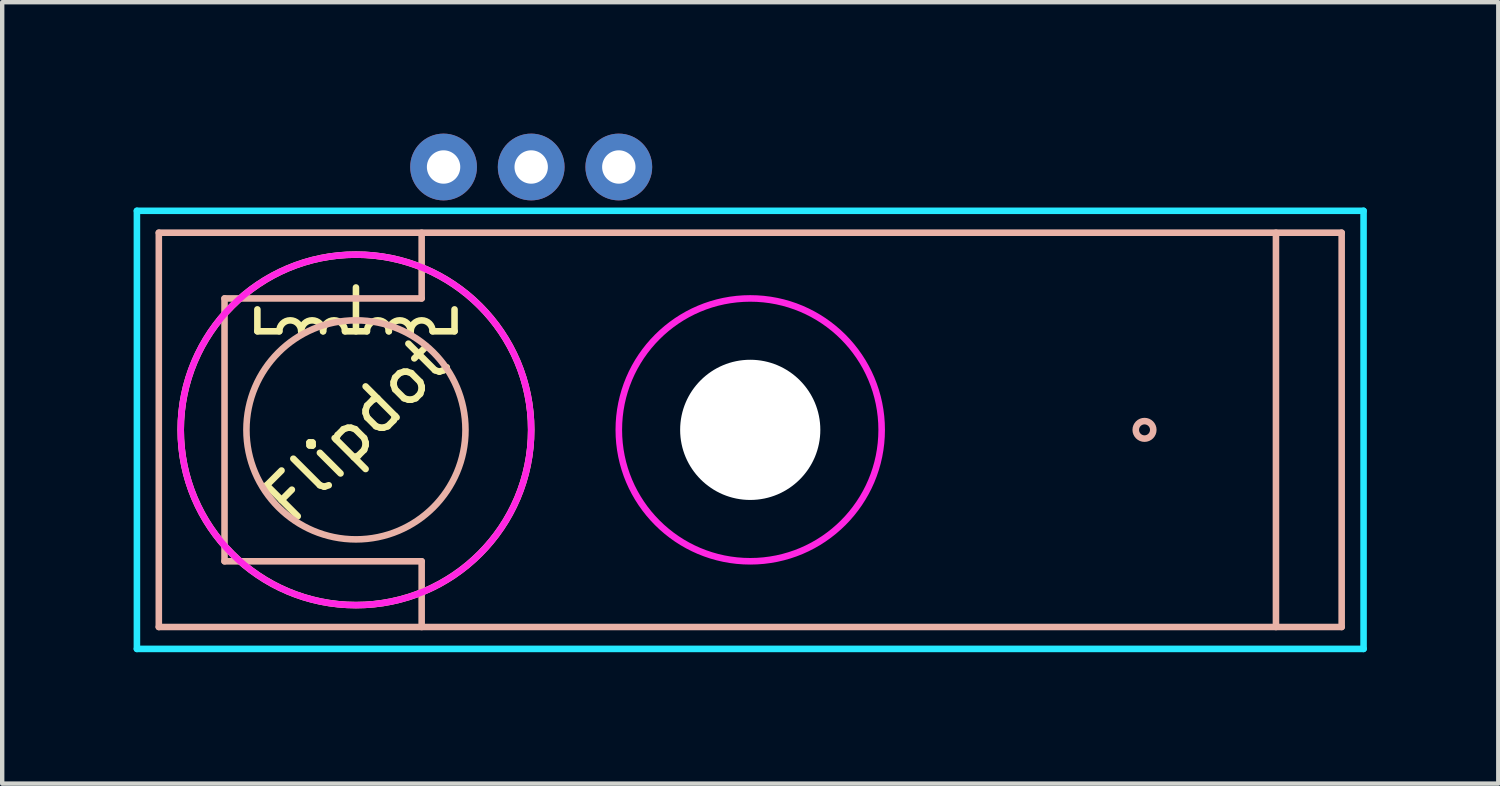
<source format=kicad_pcb>
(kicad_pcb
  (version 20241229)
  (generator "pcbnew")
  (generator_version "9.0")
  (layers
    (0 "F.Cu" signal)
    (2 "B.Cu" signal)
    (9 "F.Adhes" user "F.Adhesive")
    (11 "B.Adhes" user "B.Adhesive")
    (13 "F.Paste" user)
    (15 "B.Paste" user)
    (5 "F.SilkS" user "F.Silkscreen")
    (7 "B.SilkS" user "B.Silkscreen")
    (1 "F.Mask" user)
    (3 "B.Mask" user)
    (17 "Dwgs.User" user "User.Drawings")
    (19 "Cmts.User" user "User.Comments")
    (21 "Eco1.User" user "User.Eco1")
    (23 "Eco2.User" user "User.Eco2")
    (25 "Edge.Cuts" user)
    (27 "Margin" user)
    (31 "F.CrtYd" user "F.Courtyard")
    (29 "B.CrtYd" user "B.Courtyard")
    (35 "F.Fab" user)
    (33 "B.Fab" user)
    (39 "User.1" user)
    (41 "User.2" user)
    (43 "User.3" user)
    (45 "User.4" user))
  (footprint "Flipdot"
    (layer "F.Cu")
    (at 14.075 6.762)
    (property "Reference" "Flipdot" (at -9 0 45) (layer "F.SilkS") (effects (font (size 1 1) (thickness 0.15))))
    (attr through_hole)
    (fp_line (start -11.25 -2.25) (end -11.25 -2.75) (stroke (width 0.15) (type solid)) (layer "F.SilkS"))
    (fp_line (start -10.75 -2.25) (end -11.25 -2.25) (stroke (width 0.15) (type solid)) (layer "F.SilkS"))
    (fp_line (start -9.25 -2.25) (end -8.75 -2.25) (stroke (width 0.15) (type solid)) (layer "F.SilkS"))
    (fp_line (start -9 -2.25) (end -9 -3.25) (stroke (width 0.15) (type solid)) (layer "F.SilkS"))
    (fp_line (start -7.25 -2.25) (end -6.75 -2.25) (stroke (width 0.15) (type solid)) (layer "F.SilkS"))
    (fp_line (start -6.75 -2.25) (end -6.75 -2.75) (stroke (width 0.15) (type solid)) (layer "F.SilkS"))
    (fp_arc (start -10.75 -2.25) (mid -10.5 -2.5) (end -10.25 -2.25) (stroke (width 0.15) (type solid)) (layer "F.SilkS"))
    (fp_arc (start -10.25 -2.25) (mid -10 -2.5) (end -9.75 -2.25) (stroke (width 0.15) (type solid)) (layer "F.SilkS"))
    (fp_arc (start -9.75 -2.25) (mid -9.5 -2.5) (end -9.25 -2.25) (stroke (width 0.15) (type solid)) (layer "F.SilkS"))
    (fp_arc (start -8.75 -2.25) (mid -8.5 -2.5) (end -8.25 -2.25) (stroke (width 0.15) (type solid)) (layer "F.SilkS"))
    (fp_arc (start -8.25 -2.25) (mid -8 -2.5) (end -7.75 -2.25) (stroke (width 0.15) (type solid)) (layer "F.SilkS"))
    (fp_arc (start -7.75 -2.25) (mid -7.5 -2.5) (end -7.25 -2.25) (stroke (width 0.15) (type solid)) (layer "F.SilkS"))
    (fp_circle (center -9 0) (end -5 0) (stroke (width 0.15) (type solid)) (fill no) (layer "F.SilkS"))
    (fp_line (start -13.5 -4.5) (end -13.5 4.5) (stroke (width 0.15) (type solid)) (layer "B.SilkS"))
    (fp_line (start -13.5 4.5) (end 13.5 4.5) (stroke (width 0.15) (type solid)) (layer "B.SilkS"))
    (fp_line (start -12 -3) (end -7.5 -3) (stroke (width 0.15) (type solid)) (layer "B.SilkS"))
    (fp_line (start -12 3) (end -12 -3) (stroke (width 0.15) (type solid)) (layer "B.SilkS"))
    (fp_line (start -7.5 -3) (end -7.5 -4.5) (stroke (width 0.15) (type solid)) (layer "B.SilkS"))
    (fp_line (start -7.5 3) (end -12 3) (stroke (width 0.15) (type solid)) (layer "B.SilkS"))
    (fp_line (start -7.5 4.5) (end -7.5 3) (stroke (width 0.15) (type solid)) (layer "B.SilkS"))
    (fp_line (start 12 -4.5) (end 12 4.5) (stroke (width 0.15) (type solid)) (layer "B.SilkS"))
    (fp_line (start 13.5 -4.5) (end -13.5 -4.5) (stroke (width 0.15) (type solid)) (layer "B.SilkS"))
    (fp_line (start 13.5 4.5) (end 13.5 -4.5) (stroke (width 0.15) (type solid)) (layer "B.SilkS"))
    (fp_circle (center -9 0) (end -6.5 0) (stroke (width 0.15) (type solid)) (fill no) (layer "B.SilkS"))
    (fp_circle (center 9 0) (end 9.2 0) (stroke (width 0.15) (type solid)) (fill no) (layer "B.SilkS"))
    (fp_line (start -14 -5) (end -14 5) (stroke (width 0.15) (type solid)) (layer "B.CrtYd"))
    (fp_line (start -14 5) (end 14 5) (stroke (width 0.15) (type solid)) (layer "B.CrtYd"))
    (fp_line (start 14 -5) (end -14 -5) (stroke (width 0.15) (type solid)) (layer "B.CrtYd"))
    (fp_line (start 14 5) (end 14 -5) (stroke (width 0.15) (type solid)) (layer "B.CrtYd"))
    (fp_circle (center -9 0) (end -5 0) (stroke (width 0.15) (type solid)) (fill no) (layer "F.CrtYd"))
    (fp_circle (center 0 0) (end 3 0) (stroke (width 0.15) (type solid)) (fill no) (layer "F.CrtYd"))
    (pad "" np_thru_hole circle (at 0 0) (size 3.2 3.2) (drill 3.2) (layers "*.Cu" "*.Mask"))
    (pad "1" thru_hole circle (at -7 -6) (size 1.524 1.524) (drill 0.762) (layers "*.Cu" "*.Mask"))
    (pad "2" thru_hole circle (at -5 -6) (size 1.524 1.524) (drill 0.762) (layers "*.Cu" "*.Mask"))
    (pad "3" thru_hole circle (at -3 -6) (size 1.524 1.524) (drill 0.762) (layers "*.Cu" "*.Mask")))
  (gr_rect
    (start -3 -3)
    (end 31.15 14.837)
    (stroke (width 0.1) (type default))
    (fill no)
    (layer "Edge.Cuts")))
</source>
